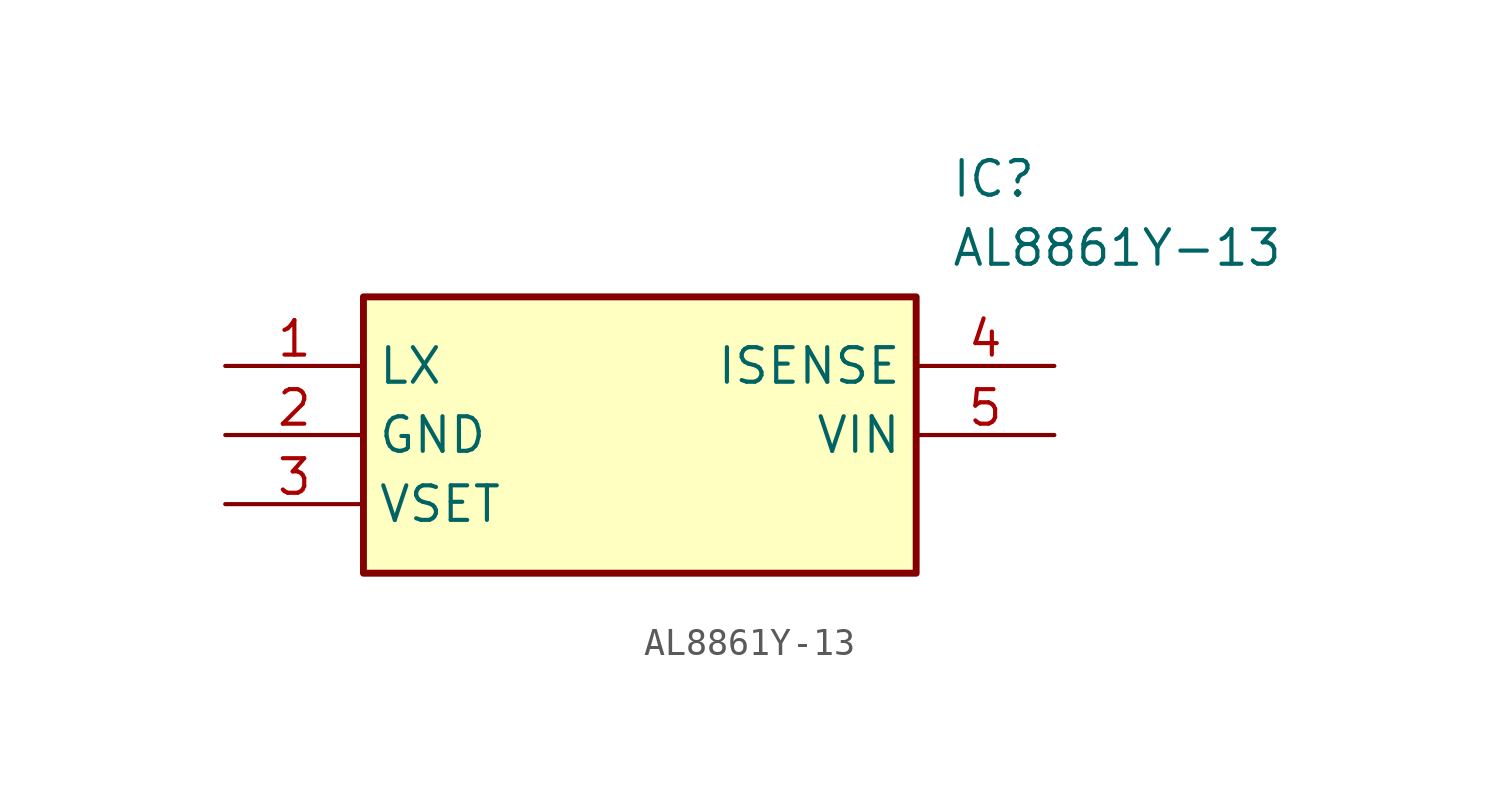
<source format=kicad_sym>
(kicad_symbol_lib
  (version 20211014)
  (generator SamacSys_ECAD_Model)
  (symbol "AL8861Y-13"
    (property "Reference" "IC"
      (at 26.67 7.62 0)
      (effects (font (size 1.27 1.27)) (justify left top)))
    (property "Value" "AL8861Y-13"
      (at 26.67 5.08 0)
      (effects (font (size 1.27 1.27)) (justify left top)))
    (rectangle
      (start 5.08 2.54)
      (end 25.4 -7.62)
      (stroke (width 0.254) (type default))
      (fill (type background)))
    (pin passive line
      (at 0 0 0)
      (length 5.08)
      (name "LX" (effects (font (size 1.27 1.27))))
      (number "1" (effects (font (size 1.27 1.27)))))
    (pin passive line
      (at 0 -2.54 0)
      (length 5.08)
      (name "GND" (effects (font (size 1.27 1.27))))
      (number "2" (effects (font (size 1.27 1.27)))))
    (pin passive line
      (at 0 -5.08 0)
      (length 5.08)
      (name "VSET" (effects (font (size 1.27 1.27))))
      (number "3" (effects (font (size 1.27 1.27)))))
    (pin passive line
      (at 30.48 0 180)
      (length 5.08)
      (name "ISENSE" (effects (font (size 1.27 1.27))))
      (number "4" (effects (font (size 1.27 1.27)))))
    (pin passive line
      (at 30.48 -2.54 180)
      (length 5.08)
      (name "VIN" (effects (font (size 1.27 1.27))))
      (number "5" (effects (font (size 1.27 1.27)))))))
</source>
